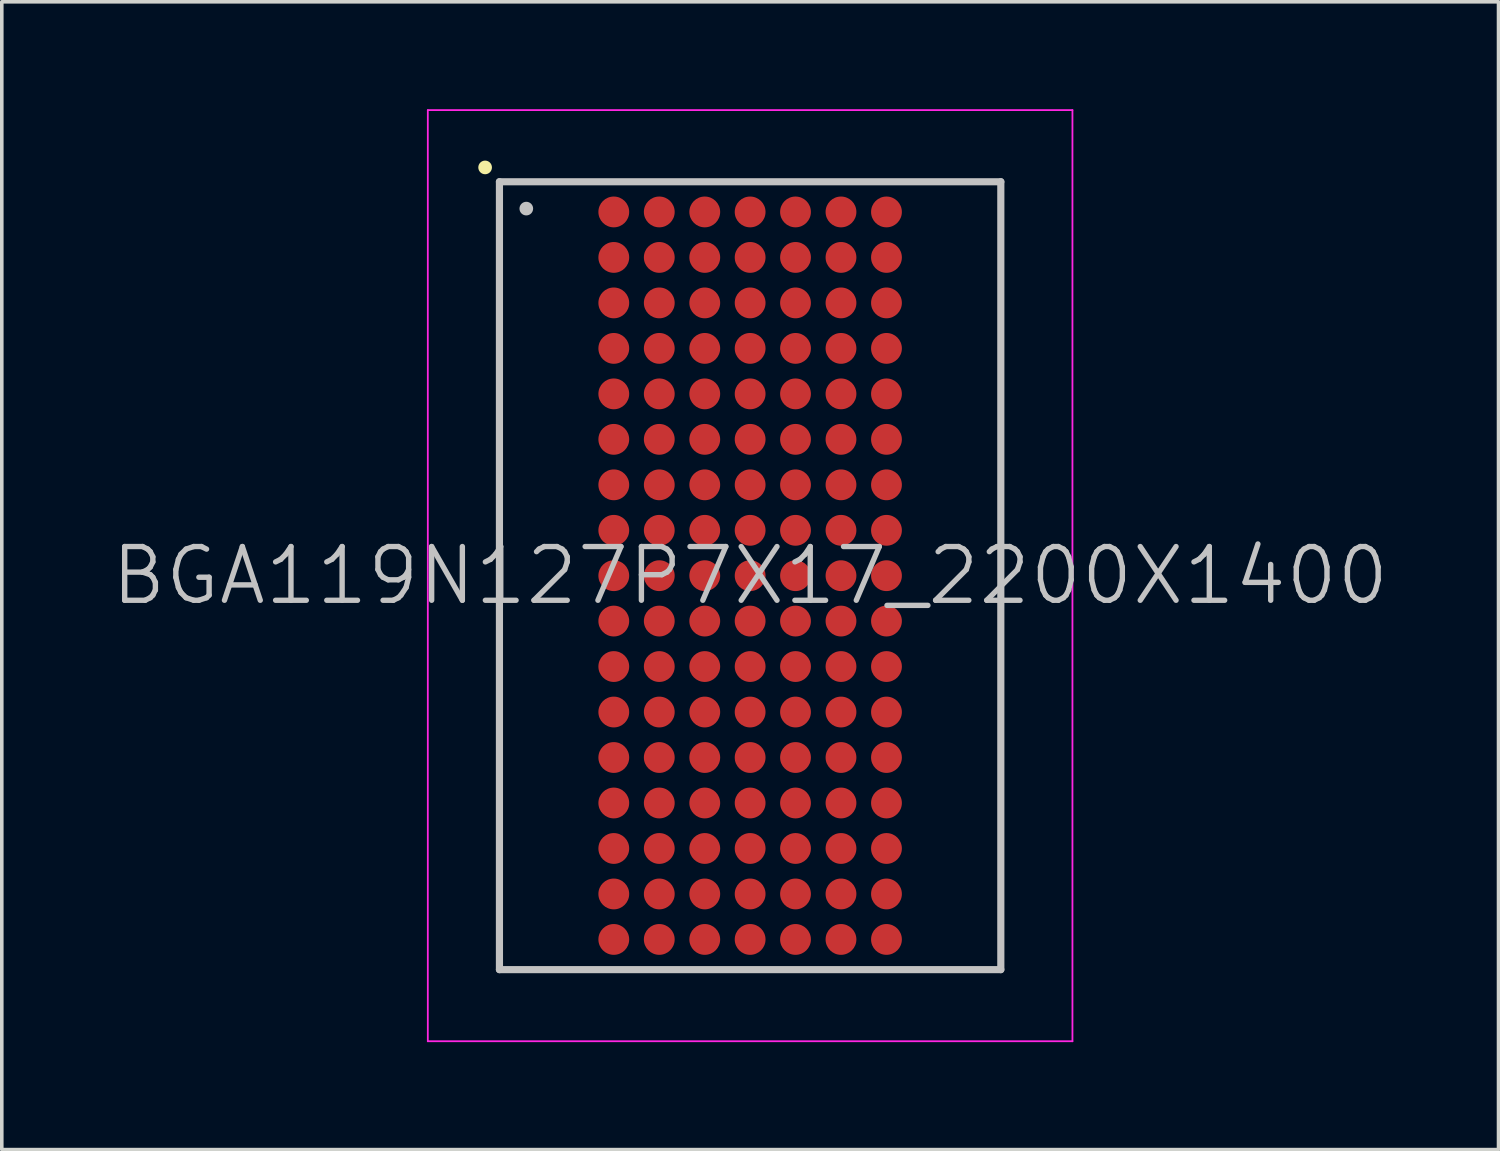
<source format=kicad_pcb>
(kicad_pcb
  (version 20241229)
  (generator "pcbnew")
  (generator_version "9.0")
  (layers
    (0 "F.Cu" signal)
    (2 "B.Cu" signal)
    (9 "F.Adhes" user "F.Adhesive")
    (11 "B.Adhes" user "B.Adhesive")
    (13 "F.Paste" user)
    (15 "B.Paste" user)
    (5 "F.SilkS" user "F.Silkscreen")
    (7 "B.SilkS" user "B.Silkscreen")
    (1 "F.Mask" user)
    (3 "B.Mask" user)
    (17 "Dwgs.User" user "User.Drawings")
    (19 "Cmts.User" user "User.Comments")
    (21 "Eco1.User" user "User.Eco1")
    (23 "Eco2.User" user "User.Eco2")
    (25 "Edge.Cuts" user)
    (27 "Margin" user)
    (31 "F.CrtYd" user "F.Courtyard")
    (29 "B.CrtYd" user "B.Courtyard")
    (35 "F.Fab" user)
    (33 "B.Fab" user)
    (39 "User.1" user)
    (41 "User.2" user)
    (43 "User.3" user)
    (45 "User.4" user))
  (footprint "BGA119N127P7X17_2200X1400"
    (layer "F.Cu")
    (at 17.896 13.025)
    (property "Reference" "BGA119N127P7X17_2200X1400" (at 0 0 0) (layer "Dwgs.User") (effects (font (size 1.5 1.5) (thickness 0.15))))
    (attr smd)
    (fp_line (start -7.4 -11.4) (end -7.4 -11.4) (stroke (width 0.381) (type solid)) (layer "F.SilkS"))
    (fp_line (start -7 -11) (end -7 11) (stroke (width 0.2) (type solid)) (layer "Dwgs.User"))
    (fp_line (start -7 -11) (end 7 -11) (stroke (width 0.2) (type solid)) (layer "Dwgs.User"))
    (fp_line (start -7 11) (end 7 11) (stroke (width 0.2) (type solid)) (layer "Dwgs.User"))
    (fp_line (start -6.25 -10.25) (end -6.25 -10.25) (stroke (width 0.381) (type solid)) (layer "Dwgs.User"))
    (fp_line (start 7 -11) (end 7 11) (stroke (width 0.2) (type solid)) (layer "Dwgs.User"))
    (fp_line (start -9 -13) (end -9 13) (stroke (width 0.05) (type solid)) (layer "F.CrtYd"))
    (fp_line (start -9 -13) (end 9 -13) (stroke (width 0.05) (type solid)) (layer "F.CrtYd"))
    (fp_line (start -9 13) (end 9 13) (stroke (width 0.05) (type solid)) (layer "F.CrtYd"))
    (fp_line (start 9 -13) (end 9 13) (stroke (width 0.05) (type solid)) (layer "F.CrtYd"))
    (pad "A1" smd circle (at -3.807 -10.157 270) (size 0.86 0.86) (layers "F.Cu" "F.Mask" "F.Paste"))
    (pad "A2" smd circle (at -2.537 -10.157 270) (size 0.86 0.86) (layers "F.Cu" "F.Mask" "F.Paste"))
    (pad "A3" smd circle (at -1.267 -10.157 270) (size 0.86 0.86) (layers "F.Cu" "F.Mask" "F.Paste"))
    (pad "A4" smd circle (at 0 -10.157 270) (size 0.86 0.86) (layers "F.Cu" "F.Mask" "F.Paste"))
    (pad "A5" smd circle (at 1.267 -10.157 270) (size 0.86 0.86) (layers "F.Cu" "F.Mask" "F.Paste"))
    (pad "A6" smd circle (at 2.537 -10.157 270) (size 0.86 0.86) (layers "F.Cu" "F.Mask" "F.Paste"))
    (pad "A7" smd circle (at 3.807 -10.157 270) (size 0.86 0.86) (layers "F.Cu" "F.Mask" "F.Paste"))
    (pad "B1" smd circle (at -3.807 -8.887 270) (size 0.86 0.86) (layers "F.Cu" "F.Mask" "F.Paste"))
    (pad "B2" smd circle (at -2.537 -8.887 270) (size 0.86 0.86) (layers "F.Cu" "F.Mask" "F.Paste"))
    (pad "B3" smd circle (at -1.267 -8.887 270) (size 0.86 0.86) (layers "F.Cu" "F.Mask" "F.Paste"))
    (pad "B4" smd circle (at 0 -8.887 270) (size 0.86 0.86) (layers "F.Cu" "F.Mask" "F.Paste"))
    (pad "B5" smd circle (at 1.267 -8.887 270) (size 0.86 0.86) (layers "F.Cu" "F.Mask" "F.Paste"))
    (pad "B6" smd circle (at 2.537 -8.887 270) (size 0.86 0.86) (layers "F.Cu" "F.Mask" "F.Paste"))
    (pad "B7" smd circle (at 3.807 -8.887 270) (size 0.86 0.86) (layers "F.Cu" "F.Mask" "F.Paste"))
    (pad "C1" smd circle (at -3.807 -7.617 270) (size 0.86 0.86) (layers "F.Cu" "F.Mask" "F.Paste"))
    (pad "C2" smd circle (at -2.537 -7.617 270) (size 0.86 0.86) (layers "F.Cu" "F.Mask" "F.Paste"))
    (pad "C3" smd circle (at -1.267 -7.617 270) (size 0.86 0.86) (layers "F.Cu" "F.Mask" "F.Paste"))
    (pad "C4" smd circle (at 0 -7.617 270) (size 0.86 0.86) (layers "F.Cu" "F.Mask" "F.Paste"))
    (pad "C5" smd circle (at 1.267 -7.617 270) (size 0.86 0.86) (layers "F.Cu" "F.Mask" "F.Paste"))
    (pad "C6" smd circle (at 2.537 -7.617 270) (size 0.86 0.86) (layers "F.Cu" "F.Mask" "F.Paste"))
    (pad "C7" smd circle (at 3.807 -7.617 270) (size 0.86 0.86) (layers "F.Cu" "F.Mask" "F.Paste"))
    (pad "D1" smd circle (at -3.807 -6.347 270) (size 0.86 0.86) (layers "F.Cu" "F.Mask" "F.Paste"))
    (pad "D2" smd circle (at -2.537 -6.347 270) (size 0.86 0.86) (layers "F.Cu" "F.Mask" "F.Paste"))
    (pad "D3" smd circle (at -1.267 -6.347 270) (size 0.86 0.86) (layers "F.Cu" "F.Mask" "F.Paste"))
    (pad "D4" smd circle (at 0 -6.347 270) (size 0.86 0.86) (layers "F.Cu" "F.Mask" "F.Paste"))
    (pad "D5" smd circle (at 1.267 -6.347 270) (size 0.86 0.86) (layers "F.Cu" "F.Mask" "F.Paste"))
    (pad "D6" smd circle (at 2.537 -6.347 270) (size 0.86 0.86) (layers "F.Cu" "F.Mask" "F.Paste"))
    (pad "D7" smd circle (at 3.807 -6.347 270) (size 0.86 0.86) (layers "F.Cu" "F.Mask" "F.Paste"))
    (pad "E1" smd circle (at -3.807 -5.077 270) (size 0.86 0.86) (layers "F.Cu" "F.Mask" "F.Paste"))
    (pad "E2" smd circle (at -2.537 -5.077 270) (size 0.86 0.86) (layers "F.Cu" "F.Mask" "F.Paste"))
    (pad "E3" smd circle (at -1.267 -5.077 270) (size 0.86 0.86) (layers "F.Cu" "F.Mask" "F.Paste"))
    (pad "E4" smd circle (at 0 -5.077 270) (size 0.86 0.86) (layers "F.Cu" "F.Mask" "F.Paste"))
    (pad "E5" smd circle (at 1.267 -5.077 270) (size 0.86 0.86) (layers "F.Cu" "F.Mask" "F.Paste"))
    (pad "E6" smd circle (at 2.537 -5.077 270) (size 0.86 0.86) (layers "F.Cu" "F.Mask" "F.Paste"))
    (pad "E7" smd circle (at 3.807 -5.077 270) (size 0.86 0.86) (layers "F.Cu" "F.Mask" "F.Paste"))
    (pad "F1" smd circle (at -3.807 -3.807 270) (size 0.86 0.86) (layers "F.Cu" "F.Mask" "F.Paste"))
    (pad "F2" smd circle (at -2.537 -3.807 270) (size 0.86 0.86) (layers "F.Cu" "F.Mask" "F.Paste"))
    (pad "F3" smd circle (at -1.267 -3.807 270) (size 0.86 0.86) (layers "F.Cu" "F.Mask" "F.Paste"))
    (pad "F4" smd circle (at 0 -3.807 270) (size 0.86 0.86) (layers "F.Cu" "F.Mask" "F.Paste"))
    (pad "F5" smd circle (at 1.267 -3.807 270) (size 0.86 0.86) (layers "F.Cu" "F.Mask" "F.Paste"))
    (pad "F6" smd circle (at 2.537 -3.807 270) (size 0.86 0.86) (layers "F.Cu" "F.Mask" "F.Paste"))
    (pad "F7" smd circle (at 3.807 -3.807 270) (size 0.86 0.86) (layers "F.Cu" "F.Mask" "F.Paste"))
    (pad "G1" smd circle (at -3.807 -2.537 270) (size 0.86 0.86) (layers "F.Cu" "F.Mask" "F.Paste"))
    (pad "G2" smd circle (at -2.537 -2.537 270) (size 0.86 0.86) (layers "F.Cu" "F.Mask" "F.Paste"))
    (pad "G3" smd circle (at -1.267 -2.537 270) (size 0.86 0.86) (layers "F.Cu" "F.Mask" "F.Paste"))
    (pad "G4" smd circle (at 0 -2.537 270) (size 0.86 0.86) (layers "F.Cu" "F.Mask" "F.Paste"))
    (pad "G5" smd circle (at 1.267 -2.537 270) (size 0.86 0.86) (layers "F.Cu" "F.Mask" "F.Paste"))
    (pad "G6" smd circle (at 2.537 -2.537 270) (size 0.86 0.86) (layers "F.Cu" "F.Mask" "F.Paste"))
    (pad "G7" smd circle (at 3.807 -2.537 270) (size 0.86 0.86) (layers "F.Cu" "F.Mask" "F.Paste"))
    (pad "H1" smd circle (at -3.807 -1.267 270) (size 0.86 0.86) (layers "F.Cu" "F.Mask" "F.Paste"))
    (pad "H2" smd circle (at -2.537 -1.267 270) (size 0.86 0.86) (layers "F.Cu" "F.Mask" "F.Paste"))
    (pad "H3" smd circle (at -1.267 -1.267 270) (size 0.86 0.86) (layers "F.Cu" "F.Mask" "F.Paste"))
    (pad "H4" smd circle (at 0 -1.267 270) (size 0.86 0.86) (layers "F.Cu" "F.Mask" "F.Paste"))
    (pad "H5" smd circle (at 1.267 -1.267 270) (size 0.86 0.86) (layers "F.Cu" "F.Mask" "F.Paste"))
    (pad "H6" smd circle (at 2.537 -1.267 270) (size 0.86 0.86) (layers "F.Cu" "F.Mask" "F.Paste"))
    (pad "H7" smd circle (at 3.807 -1.267 270) (size 0.86 0.86) (layers "F.Cu" "F.Mask" "F.Paste"))
    (pad "J1" smd circle (at -3.807 0 270) (size 0.86 0.86) (layers "F.Cu" "F.Mask" "F.Paste"))
    (pad "J2" smd circle (at -2.537 0 270) (size 0.86 0.86) (layers "F.Cu" "F.Mask" "F.Paste"))
    (pad "J3" smd circle (at -1.267 0 270) (size 0.86 0.86) (layers "F.Cu" "F.Mask" "F.Paste"))
    (pad "J4" smd circle (at 0 0 270) (size 0.86 0.86) (layers "F.Cu" "F.Mask" "F.Paste"))
    (pad "J5" smd circle (at 1.267 0 270) (size 0.86 0.86) (layers "F.Cu" "F.Mask" "F.Paste"))
    (pad "J6" smd circle (at 2.537 0 270) (size 0.86 0.86) (layers "F.Cu" "F.Mask" "F.Paste"))
    (pad "J7" smd circle (at 3.807 0 270) (size 0.86 0.86) (layers "F.Cu" "F.Mask" "F.Paste"))
    (pad "K1" smd circle (at -3.807 1.267 270) (size 0.86 0.86) (layers "F.Cu" "F.Mask" "F.Paste"))
    (pad "K2" smd circle (at -2.537 1.267 270) (size 0.86 0.86) (layers "F.Cu" "F.Mask" "F.Paste"))
    (pad "K3" smd circle (at -1.267 1.267 270) (size 0.86 0.86) (layers "F.Cu" "F.Mask" "F.Paste"))
    (pad "K4" smd circle (at 0 1.267 270) (size 0.86 0.86) (layers "F.Cu" "F.Mask" "F.Paste"))
    (pad "K5" smd circle (at 1.267 1.267 270) (size 0.86 0.86) (layers "F.Cu" "F.Mask" "F.Paste"))
    (pad "K6" smd circle (at 2.537 1.267 270) (size 0.86 0.86) (layers "F.Cu" "F.Mask" "F.Paste"))
    (pad "K7" smd circle (at 3.807 1.267 270) (size 0.86 0.86) (layers "F.Cu" "F.Mask" "F.Paste"))
    (pad "L1" smd circle (at -3.807 2.537 270) (size 0.86 0.86) (layers "F.Cu" "F.Mask" "F.Paste"))
    (pad "L2" smd circle (at -2.537 2.537 270) (size 0.86 0.86) (layers "F.Cu" "F.Mask" "F.Paste"))
    (pad "L3" smd circle (at -1.267 2.537 270) (size 0.86 0.86) (layers "F.Cu" "F.Mask" "F.Paste"))
    (pad "L4" smd circle (at 0 2.537 270) (size 0.86 0.86) (layers "F.Cu" "F.Mask" "F.Paste"))
    (pad "L5" smd circle (at 1.267 2.537 270) (size 0.86 0.86) (layers "F.Cu" "F.Mask" "F.Paste"))
    (pad "L6" smd circle (at 2.537 2.537 270) (size 0.86 0.86) (layers "F.Cu" "F.Mask" "F.Paste"))
    (pad "L7" smd circle (at 3.807 2.537 270) (size 0.86 0.86) (layers "F.Cu" "F.Mask" "F.Paste"))
    (pad "M1" smd circle (at -3.807 3.807 270) (size 0.86 0.86) (layers "F.Cu" "F.Mask" "F.Paste"))
    (pad "M2" smd circle (at -2.537 3.807 270) (size 0.86 0.86) (layers "F.Cu" "F.Mask" "F.Paste"))
    (pad "M3" smd circle (at -1.267 3.807 270) (size 0.86 0.86) (layers "F.Cu" "F.Mask" "F.Paste"))
    (pad "M4" smd circle (at 0 3.807 270) (size 0.86 0.86) (layers "F.Cu" "F.Mask" "F.Paste"))
    (pad "M5" smd circle (at 1.267 3.807 270) (size 0.86 0.86) (layers "F.Cu" "F.Mask" "F.Paste"))
    (pad "M6" smd circle (at 2.537 3.807 270) (size 0.86 0.86) (layers "F.Cu" "F.Mask" "F.Paste"))
    (pad "M7" smd circle (at 3.807 3.807 270) (size 0.86 0.86) (layers "F.Cu" "F.Mask" "F.Paste"))
    (pad "N1" smd circle (at -3.807 5.077 270) (size 0.86 0.86) (layers "F.Cu" "F.Mask" "F.Paste"))
    (pad "N2" smd circle (at -2.537 5.077 270) (size 0.86 0.86) (layers "F.Cu" "F.Mask" "F.Paste"))
    (pad "N3" smd circle (at -1.267 5.077 270) (size 0.86 0.86) (layers "F.Cu" "F.Mask" "F.Paste"))
    (pad "N4" smd circle (at 0 5.077 270) (size 0.86 0.86) (layers "F.Cu" "F.Mask" "F.Paste"))
    (pad "N5" smd circle (at 1.267 5.077 270) (size 0.86 0.86) (layers "F.Cu" "F.Mask" "F.Paste"))
    (pad "N6" smd circle (at 2.537 5.077 270) (size 0.86 0.86) (layers "F.Cu" "F.Mask" "F.Paste"))
    (pad "N7" smd circle (at 3.807 5.077 270) (size 0.86 0.86) (layers "F.Cu" "F.Mask" "F.Paste"))
    (pad "P1" smd circle (at -3.807 6.347 270) (size 0.86 0.86) (layers "F.Cu" "F.Mask" "F.Paste"))
    (pad "P2" smd circle (at -2.537 6.347 270) (size 0.86 0.86) (layers "F.Cu" "F.Mask" "F.Paste"))
    (pad "P3" smd circle (at -1.267 6.347 270) (size 0.86 0.86) (layers "F.Cu" "F.Mask" "F.Paste"))
    (pad "P4" smd circle (at 0 6.347 270) (size 0.86 0.86) (layers "F.Cu" "F.Mask" "F.Paste"))
    (pad "P5" smd circle (at 1.267 6.347 270) (size 0.86 0.86) (layers "F.Cu" "F.Mask" "F.Paste"))
    (pad "P6" smd circle (at 2.537 6.347 270) (size 0.86 0.86) (layers "F.Cu" "F.Mask" "F.Paste"))
    (pad "P7" smd circle (at 3.807 6.347 270) (size 0.86 0.86) (layers "F.Cu" "F.Mask" "F.Paste"))
    (pad "R1" smd circle (at -3.807 7.617 270) (size 0.86 0.86) (layers "F.Cu" "F.Mask" "F.Paste"))
    (pad "R2" smd circle (at -2.537 7.617 270) (size 0.86 0.86) (layers "F.Cu" "F.Mask" "F.Paste"))
    (pad "R3" smd circle (at -1.267 7.617 270) (size 0.86 0.86) (layers "F.Cu" "F.Mask" "F.Paste"))
    (pad "R4" smd circle (at 0 7.617 270) (size 0.86 0.86) (layers "F.Cu" "F.Mask" "F.Paste"))
    (pad "R5" smd circle (at 1.267 7.617 270) (size 0.86 0.86) (layers "F.Cu" "F.Mask" "F.Paste"))
    (pad "R6" smd circle (at 2.537 7.617 270) (size 0.86 0.86) (layers "F.Cu" "F.Mask" "F.Paste"))
    (pad "R7" smd circle (at 3.807 7.617 270) (size 0.86 0.86) (layers "F.Cu" "F.Mask" "F.Paste"))
    (pad "T1" smd circle (at -3.807 8.887 270) (size 0.86 0.86) (layers "F.Cu" "F.Mask" "F.Paste"))
    (pad "T2" smd circle (at -2.537 8.887 270) (size 0.86 0.86) (layers "F.Cu" "F.Mask" "F.Paste"))
    (pad "T3" smd circle (at -1.267 8.887 270) (size 0.86 0.86) (layers "F.Cu" "F.Mask" "F.Paste"))
    (pad "T4" smd circle (at 0 8.887 270) (size 0.86 0.86) (layers "F.Cu" "F.Mask" "F.Paste"))
    (pad "T5" smd circle (at 1.267 8.887 270) (size 0.86 0.86) (layers "F.Cu" "F.Mask" "F.Paste"))
    (pad "T6" smd circle (at 2.537 8.887 270) (size 0.86 0.86) (layers "F.Cu" "F.Mask" "F.Paste"))
    (pad "T7" smd circle (at 3.807 8.887 270) (size 0.86 0.86) (layers "F.Cu" "F.Mask" "F.Paste"))
    (pad "U1" smd circle (at -3.807 10.157 270) (size 0.86 0.86) (layers "F.Cu" "F.Mask" "F.Paste"))
    (pad "U2" smd circle (at -2.537 10.157 270) (size 0.86 0.86) (layers "F.Cu" "F.Mask" "F.Paste"))
    (pad "U3" smd circle (at -1.267 10.157 270) (size 0.86 0.86) (layers "F.Cu" "F.Mask" "F.Paste"))
    (pad "U4" smd circle (at 0 10.157 270) (size 0.86 0.86) (layers "F.Cu" "F.Mask" "F.Paste"))
    (pad "U5" smd circle (at 1.267 10.157 270) (size 0.86 0.86) (layers "F.Cu" "F.Mask" "F.Paste"))
    (pad "U6" smd circle (at 2.537 10.157 270) (size 0.86 0.86) (layers "F.Cu" "F.Mask" "F.Paste"))
    (pad "U7" smd circle (at 3.807 10.157 270) (size 0.86 0.86) (layers "F.Cu" "F.Mask" "F.Paste")))
  (gr_rect
    (start -3 -3)
    (end 38.793 29.05)
    (stroke (width 0.1) (type default))
    (fill no)
    (layer "Edge.Cuts")))
</source>
